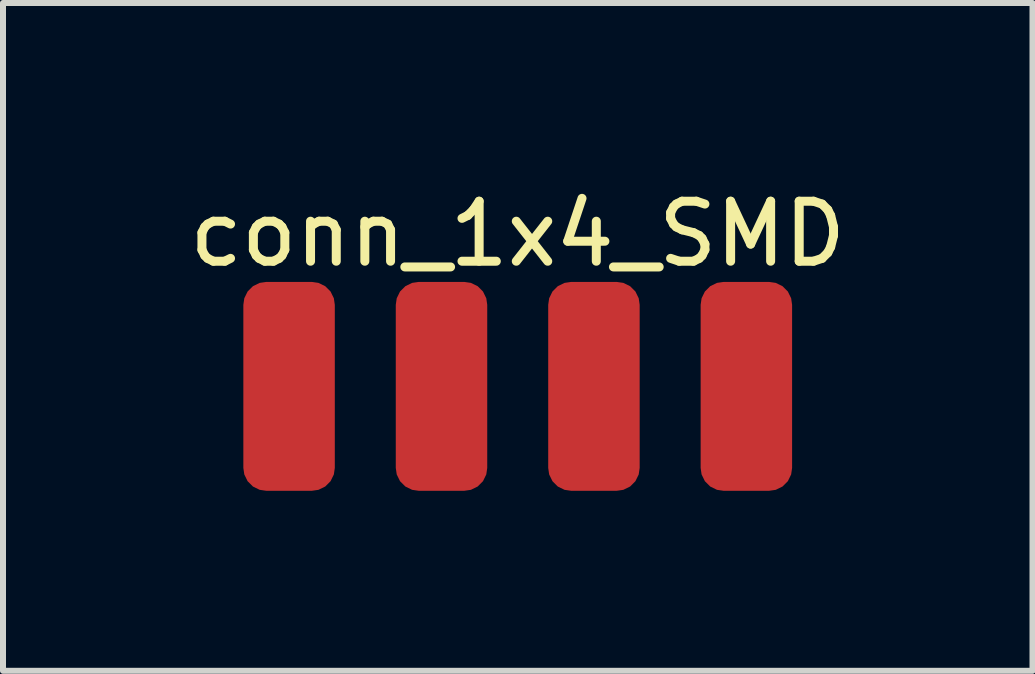
<source format=kicad_pcb>
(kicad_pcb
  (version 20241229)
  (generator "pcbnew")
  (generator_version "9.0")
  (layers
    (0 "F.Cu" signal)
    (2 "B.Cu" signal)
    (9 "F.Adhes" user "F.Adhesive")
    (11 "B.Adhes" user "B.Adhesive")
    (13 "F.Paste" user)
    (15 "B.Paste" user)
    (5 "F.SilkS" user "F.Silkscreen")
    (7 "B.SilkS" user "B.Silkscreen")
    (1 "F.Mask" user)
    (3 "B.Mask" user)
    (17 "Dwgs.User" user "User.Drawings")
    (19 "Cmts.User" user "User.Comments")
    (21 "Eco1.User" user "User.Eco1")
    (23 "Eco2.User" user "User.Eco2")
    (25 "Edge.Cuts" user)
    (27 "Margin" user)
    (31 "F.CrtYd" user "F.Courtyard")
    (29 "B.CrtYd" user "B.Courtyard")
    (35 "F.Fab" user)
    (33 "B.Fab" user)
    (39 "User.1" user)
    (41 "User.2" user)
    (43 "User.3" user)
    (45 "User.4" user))
  (footprint "conn_1x4_SMD"
    (layer "F.Cu")
    (at 1.767 3.388)
    (property "Reference" "conn_1x4_SMD" (at 3.81 -2.54 0) (layer "F.SilkS") (effects (font (size 1 1) (thickness 0.15))))
    (attr through_hole)
    (pad "1" smd roundrect (at 0 0) (size 1.524 3.48) (layers "F.Cu" "F.Mask" "F.Paste") (roundrect_rratio 0.25))
    (pad "2" smd roundrect (at 2.54 0) (size 1.524 3.48) (layers "F.Cu" "F.Mask" "F.Paste") (roundrect_rratio 0.25))
    (pad "3" smd roundrect (at 5.08 0) (size 1.524 3.48) (layers "F.Cu" "F.Mask" "F.Paste") (roundrect_rratio 0.25))
    (pad "4" smd roundrect (at 7.62 0) (size 1.524 3.48) (layers "F.Cu" "F.Mask" "F.Paste") (roundrect_rratio 0.25)))
  (gr_rect
    (start -3 -3)
    (end 14.155 8.128)
    (stroke (width 0.1) (type default))
    (fill no)
    (layer "Edge.Cuts")))
</source>
